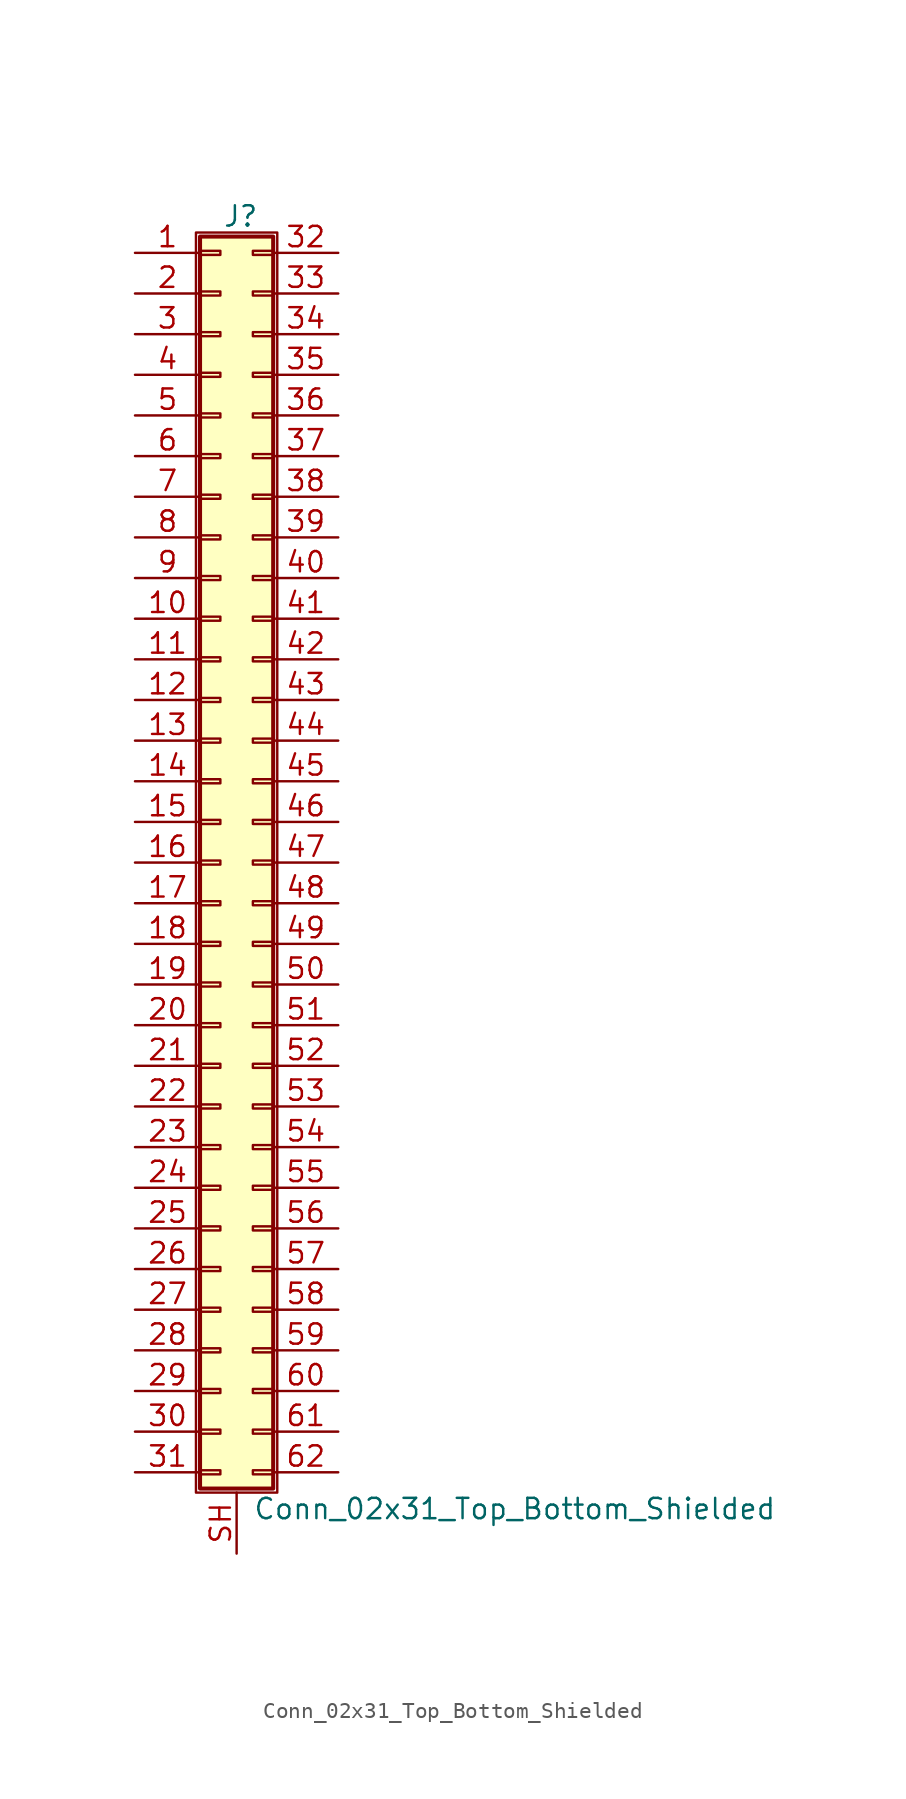
<source format=kicad_sym>
(kicad_symbol_lib
  (version 20211014)
  (generator kicad_symbol_editor)
  (symbol "Conn_02x31_Top_Bottom_Shielded"
    (pin_names
      (offset 1.016) hide)
    (property "Reference" "J"
      (at 1.524 40.386 0)
      (effects (font (size 1.27 1.27))))
    (property "Value" "Conn_02x31_Top_Bottom_Shielded"
      (at 2.286 -40.386 0)
      (effects (font (size 1.27 1.27)) (justify left)))
    (symbol "Conn_02x31_Top_Bottom_Shielded_1_1"
      (rectangle (start -1.27 39.37) (end 3.81 -39.37) (stroke (width 0.152) (type default) (color 0 0 0 0)) (fill (type none)))
      (rectangle (start -1.016 -37.973) (end 0.254 -38.227) (stroke (width 0.152) (type default) (color 0 0 0 0)) (fill (type none)))
      (rectangle (start -1.016 -35.433) (end 0.254 -35.687) (stroke (width 0.152) (type default) (color 0 0 0 0)) (fill (type none)))
      (rectangle (start -1.016 -32.893) (end 0.254 -33.147) (stroke (width 0.152) (type default) (color 0 0 0 0)) (fill (type none)))
      (rectangle (start -1.016 -30.353) (end 0.254 -30.607) (stroke (width 0.152) (type default) (color 0 0 0 0)) (fill (type none)))
      (rectangle (start -1.016 -27.813) (end 0.254 -28.067) (stroke (width 0.152) (type default) (color 0 0 0 0)) (fill (type none)))
      (rectangle (start -1.016 -25.273) (end 0.254 -25.527) (stroke (width 0.152) (type default) (color 0 0 0 0)) (fill (type none)))
      (rectangle (start -1.016 -22.733) (end 0.254 -22.987) (stroke (width 0.152) (type default) (color 0 0 0 0)) (fill (type none)))
      (rectangle (start -1.016 -20.193) (end 0.254 -20.447) (stroke (width 0.152) (type default) (color 0 0 0 0)) (fill (type none)))
      (rectangle (start -1.016 -17.653) (end 0.254 -17.907) (stroke (width 0.152) (type default) (color 0 0 0 0)) (fill (type none)))
      (rectangle (start -1.016 -15.113) (end 0.254 -15.367) (stroke (width 0.152) (type default) (color 0 0 0 0)) (fill (type none)))
      (rectangle (start -1.016 -12.573) (end 0.254 -12.827) (stroke (width 0.152) (type default) (color 0 0 0 0)) (fill (type none)))
      (rectangle (start -1.016 -10.033) (end 0.254 -10.287) (stroke (width 0.152) (type default) (color 0 0 0 0)) (fill (type none)))
      (rectangle (start -1.016 -7.493) (end 0.254 -7.747) (stroke (width 0.152) (type default) (color 0 0 0 0)) (fill (type none)))
      (rectangle (start -1.016 -4.953) (end 0.254 -5.207) (stroke (width 0.152) (type default) (color 0 0 0 0)) (fill (type none)))
      (rectangle (start -1.016 -2.413) (end 0.254 -2.667) (stroke (width 0.152) (type default) (color 0 0 0 0)) (fill (type none)))
      (rectangle (start -1.016 0.127) (end 0.254 -0.127) (stroke (width 0.152) (type default) (color 0 0 0 0)) (fill (type none)))
      (rectangle (start -1.016 2.667) (end 0.254 2.413) (stroke (width 0.152) (type default) (color 0 0 0 0)) (fill (type none)))
      (rectangle (start -1.016 5.207) (end 0.254 4.953) (stroke (width 0.152) (type default) (color 0 0 0 0)) (fill (type none)))
      (rectangle (start -1.016 7.747) (end 0.254 7.493) (stroke (width 0.152) (type default) (color 0 0 0 0)) (fill (type none)))
      (rectangle (start -1.016 10.287) (end 0.254 10.033) (stroke (width 0.152) (type default) (color 0 0 0 0)) (fill (type none)))
      (rectangle (start -1.016 12.827) (end 0.254 12.573) (stroke (width 0.152) (type default) (color 0 0 0 0)) (fill (type none)))
      (rectangle (start -1.016 15.367) (end 0.254 15.113) (stroke (width 0.152) (type default) (color 0 0 0 0)) (fill (type none)))
      (rectangle (start -1.016 17.907) (end 0.254 17.653) (stroke (width 0.152) (type default) (color 0 0 0 0)) (fill (type none)))
      (rectangle (start -1.016 20.447) (end 0.254 20.193) (stroke (width 0.152) (type default) (color 0 0 0 0)) (fill (type none)))
      (rectangle (start -1.016 22.987) (end 0.254 22.733) (stroke (width 0.152) (type default) (color 0 0 0 0)) (fill (type none)))
      (rectangle (start -1.016 25.527) (end 0.254 25.273) (stroke (width 0.152) (type default) (color 0 0 0 0)) (fill (type none)))
      (rectangle (start -1.016 28.067) (end 0.254 27.813) (stroke (width 0.152) (type default) (color 0 0 0 0)) (fill (type none)))
      (rectangle (start -1.016 30.607) (end 0.254 30.353) (stroke (width 0.152) (type default) (color 0 0 0 0)) (fill (type none)))
      (rectangle (start -1.016 33.147) (end 0.254 32.893) (stroke (width 0.152) (type default) (color 0 0 0 0)) (fill (type none)))
      (rectangle (start -1.016 35.687) (end 0.254 35.433) (stroke (width 0.152) (type default) (color 0 0 0 0)) (fill (type none)))
      (rectangle (start -1.016 38.227) (end 0.254 37.973) (stroke (width 0.152) (type default) (color 0 0 0 0)) (fill (type none)))
      (rectangle (start -1.016 39.116) (end 3.556 -39.116) (stroke (width 0.254) (type default) (color 0 0 0 0)) (fill (type background)))
      (rectangle (start 3.556 -37.973) (end 2.286 -38.227) (stroke (width 0.152) (type default) (color 0 0 0 0)) (fill (type none)))
      (rectangle (start 3.556 -35.433) (end 2.286 -35.687) (stroke (width 0.152) (type default) (color 0 0 0 0)) (fill (type none)))
      (rectangle (start 3.556 -32.893) (end 2.286 -33.147) (stroke (width 0.152) (type default) (color 0 0 0 0)) (fill (type none)))
      (rectangle (start 3.556 -30.353) (end 2.286 -30.607) (stroke (width 0.152) (type default) (color 0 0 0 0)) (fill (type none)))
      (rectangle (start 3.556 -27.813) (end 2.286 -28.067) (stroke (width 0.152) (type default) (color 0 0 0 0)) (fill (type none)))
      (rectangle (start 3.556 -25.273) (end 2.286 -25.527) (stroke (width 0.152) (type default) (color 0 0 0 0)) (fill (type none)))
      (rectangle (start 3.556 -22.733) (end 2.286 -22.987) (stroke (width 0.152) (type default) (color 0 0 0 0)) (fill (type none)))
      (rectangle (start 3.556 -20.193) (end 2.286 -20.447) (stroke (width 0.152) (type default) (color 0 0 0 0)) (fill (type none)))
      (rectangle (start 3.556 -17.653) (end 2.286 -17.907) (stroke (width 0.152) (type default) (color 0 0 0 0)) (fill (type none)))
      (rectangle (start 3.556 -15.113) (end 2.286 -15.367) (stroke (width 0.152) (type default) (color 0 0 0 0)) (fill (type none)))
      (rectangle (start 3.556 -12.573) (end 2.286 -12.827) (stroke (width 0.152) (type default) (color 0 0 0 0)) (fill (type none)))
      (rectangle (start 3.556 -10.033) (end 2.286 -10.287) (stroke (width 0.152) (type default) (color 0 0 0 0)) (fill (type none)))
      (rectangle (start 3.556 -7.493) (end 2.286 -7.747) (stroke (width 0.152) (type default) (color 0 0 0 0)) (fill (type none)))
      (rectangle (start 3.556 -4.953) (end 2.286 -5.207) (stroke (width 0.152) (type default) (color 0 0 0 0)) (fill (type none)))
      (rectangle (start 3.556 -2.413) (end 2.286 -2.667) (stroke (width 0.152) (type default) (color 0 0 0 0)) (fill (type none)))
      (rectangle (start 3.556 0.127) (end 2.286 -0.127) (stroke (width 0.152) (type default) (color 0 0 0 0)) (fill (type none)))
      (rectangle (start 3.556 2.667) (end 2.286 2.413) (stroke (width 0.152) (type default) (color 0 0 0 0)) (fill (type none)))
      (rectangle (start 3.556 5.207) (end 2.286 4.953) (stroke (width 0.152) (type default) (color 0 0 0 0)) (fill (type none)))
      (rectangle (start 3.556 7.747) (end 2.286 7.493) (stroke (width 0.152) (type default) (color 0 0 0 0)) (fill (type none)))
      (rectangle (start 3.556 10.287) (end 2.286 10.033) (stroke (width 0.152) (type default) (color 0 0 0 0)) (fill (type none)))
      (rectangle (start 3.556 12.827) (end 2.286 12.573) (stroke (width 0.152) (type default) (color 0 0 0 0)) (fill (type none)))
      (rectangle (start 3.556 15.367) (end 2.286 15.113) (stroke (width 0.152) (type default) (color 0 0 0 0)) (fill (type none)))
      (rectangle (start 3.556 17.907) (end 2.286 17.653) (stroke (width 0.152) (type default) (color 0 0 0 0)) (fill (type none)))
      (rectangle (start 3.556 20.447) (end 2.286 20.193) (stroke (width 0.152) (type default) (color 0 0 0 0)) (fill (type none)))
      (rectangle (start 3.556 22.987) (end 2.286 22.733) (stroke (width 0.152) (type default) (color 0 0 0 0)) (fill (type none)))
      (rectangle (start 3.556 25.527) (end 2.286 25.273) (stroke (width 0.152) (type default) (color 0 0 0 0)) (fill (type none)))
      (rectangle (start 3.556 28.067) (end 2.286 27.813) (stroke (width 0.152) (type default) (color 0 0 0 0)) (fill (type none)))
      (rectangle (start 3.556 30.607) (end 2.286 30.353) (stroke (width 0.152) (type default) (color 0 0 0 0)) (fill (type none)))
      (rectangle (start 3.556 33.147) (end 2.286 32.893) (stroke (width 0.152) (type default) (color 0 0 0 0)) (fill (type none)))
      (rectangle (start 3.556 35.687) (end 2.286 35.433) (stroke (width 0.152) (type default) (color 0 0 0 0)) (fill (type none)))
      (rectangle (start 3.556 38.227) (end 2.286 37.973) (stroke (width 0.152) (type default) (color 0 0 0 0)) (fill (type none)))
      (pin passive line (at -5.08 38.1 0) (length 4.064) (name "Pin_1" (effects (font (size 1.27 1.27)))) (number "1" (effects (font (size 1.27 1.27)))))
      (pin passive line (at -5.08 15.24 0) (length 4.064) (name "Pin_10" (effects (font (size 1.27 1.27)))) (number "10" (effects (font (size 1.27 1.27)))))
      (pin passive line (at -5.08 12.7 0) (length 4.064) (name "Pin_11" (effects (font (size 1.27 1.27)))) (number "11" (effects (font (size 1.27 1.27)))))
      (pin passive line (at -5.08 10.16 0) (length 4.064) (name "Pin_12" (effects (font (size 1.27 1.27)))) (number "12" (effects (font (size 1.27 1.27)))))
      (pin passive line (at -5.08 7.62 0) (length 4.064) (name "Pin_13" (effects (font (size 1.27 1.27)))) (number "13" (effects (font (size 1.27 1.27)))))
      (pin passive line (at -5.08 5.08 0) (length 4.064) (name "Pin_14" (effects (font (size 1.27 1.27)))) (number "14" (effects (font (size 1.27 1.27)))))
      (pin passive line (at -5.08 2.54 0) (length 4.064) (name "Pin_15" (effects (font (size 1.27 1.27)))) (number "15" (effects (font (size 1.27 1.27)))))
      (pin passive line (at -5.08 0 0) (length 4.064) (name "Pin_16" (effects (font (size 1.27 1.27)))) (number "16" (effects (font (size 1.27 1.27)))))
      (pin passive line (at -5.08 -2.54 0) (length 4.064) (name "Pin_17" (effects (font (size 1.27 1.27)))) (number "17" (effects (font (size 1.27 1.27)))))
      (pin passive line (at -5.08 -5.08 0) (length 4.064) (name "Pin_18" (effects (font (size 1.27 1.27)))) (number "18" (effects (font (size 1.27 1.27)))))
      (pin passive line (at -5.08 -7.62 0) (length 4.064) (name "Pin_19" (effects (font (size 1.27 1.27)))) (number "19" (effects (font (size 1.27 1.27)))))
      (pin passive line (at -5.08 35.56 0) (length 4.064) (name "Pin_2" (effects (font (size 1.27 1.27)))) (number "2" (effects (font (size 1.27 1.27)))))
      (pin passive line (at -5.08 -10.16 0) (length 4.064) (name "Pin_20" (effects (font (size 1.27 1.27)))) (number "20" (effects (font (size 1.27 1.27)))))
      (pin passive line (at -5.08 -12.7 0) (length 4.064) (name "Pin_21" (effects (font (size 1.27 1.27)))) (number "21" (effects (font (size 1.27 1.27)))))
      (pin passive line (at -5.08 -15.24 0) (length 4.064) (name "Pin_22" (effects (font (size 1.27 1.27)))) (number "22" (effects (font (size 1.27 1.27)))))
      (pin passive line (at -5.08 -17.78 0) (length 4.064) (name "Pin_23" (effects (font (size 1.27 1.27)))) (number "23" (effects (font (size 1.27 1.27)))))
      (pin passive line (at -5.08 -20.32 0) (length 4.064) (name "Pin_24" (effects (font (size 1.27 1.27)))) (number "24" (effects (font (size 1.27 1.27)))))
      (pin passive line (at -5.08 -22.86 0) (length 4.064) (name "Pin_25" (effects (font (size 1.27 1.27)))) (number "25" (effects (font (size 1.27 1.27)))))
      (pin passive line (at -5.08 -25.4 0) (length 4.064) (name "Pin_26" (effects (font (size 1.27 1.27)))) (number "26" (effects (font (size 1.27 1.27)))))
      (pin passive line (at -5.08 -27.94 0) (length 4.064) (name "Pin_27" (effects (font (size 1.27 1.27)))) (number "27" (effects (font (size 1.27 1.27)))))
      (pin passive line (at -5.08 -30.48 0) (length 4.064) (name "Pin_28" (effects (font (size 1.27 1.27)))) (number "28" (effects (font (size 1.27 1.27)))))
      (pin passive line (at -5.08 -33.02 0) (length 4.064) (name "Pin_29" (effects (font (size 1.27 1.27)))) (number "29" (effects (font (size 1.27 1.27)))))
      (pin passive line (at -5.08 33.02 0) (length 4.064) (name "Pin_3" (effects (font (size 1.27 1.27)))) (number "3" (effects (font (size 1.27 1.27)))))
      (pin passive line (at -5.08 -35.56 0) (length 4.064) (name "Pin_30" (effects (font (size 1.27 1.27)))) (number "30" (effects (font (size 1.27 1.27)))))
      (pin passive line (at -5.08 -38.1 0) (length 4.064) (name "Pin_31" (effects (font (size 1.27 1.27)))) (number "31" (effects (font (size 1.27 1.27)))))
      (pin passive line (at 7.62 38.1 180) (length 4.064) (name "Pin_32" (effects (font (size 1.27 1.27)))) (number "32" (effects (font (size 1.27 1.27)))))
      (pin passive line (at 7.62 35.56 180) (length 4.064) (name "Pin_33" (effects (font (size 1.27 1.27)))) (number "33" (effects (font (size 1.27 1.27)))))
      (pin passive line (at 7.62 33.02 180) (length 4.064) (name "Pin_34" (effects (font (size 1.27 1.27)))) (number "34" (effects (font (size 1.27 1.27)))))
      (pin passive line (at 7.62 30.48 180) (length 4.064) (name "Pin_35" (effects (font (size 1.27 1.27)))) (number "35" (effects (font (size 1.27 1.27)))))
      (pin passive line (at 7.62 27.94 180) (length 4.064) (name "Pin_36" (effects (font (size 1.27 1.27)))) (number "36" (effects (font (size 1.27 1.27)))))
      (pin passive line (at 7.62 25.4 180) (length 4.064) (name "Pin_37" (effects (font (size 1.27 1.27)))) (number "37" (effects (font (size 1.27 1.27)))))
      (pin passive line (at 7.62 22.86 180) (length 4.064) (name "Pin_38" (effects (font (size 1.27 1.27)))) (number "38" (effects (font (size 1.27 1.27)))))
      (pin passive line (at 7.62 20.32 180) (length 4.064) (name "Pin_39" (effects (font (size 1.27 1.27)))) (number "39" (effects (font (size 1.27 1.27)))))
      (pin passive line (at -5.08 30.48 0) (length 4.064) (name "Pin_4" (effects (font (size 1.27 1.27)))) (number "4" (effects (font (size 1.27 1.27)))))
      (pin passive line (at 7.62 17.78 180) (length 4.064) (name "Pin_40" (effects (font (size 1.27 1.27)))) (number "40" (effects (font (size 1.27 1.27)))))
      (pin passive line (at 7.62 15.24 180) (length 4.064) (name "Pin_41" (effects (font (size 1.27 1.27)))) (number "41" (effects (font (size 1.27 1.27)))))
      (pin passive line (at 7.62 12.7 180) (length 4.064) (name "Pin_42" (effects (font (size 1.27 1.27)))) (number "42" (effects (font (size 1.27 1.27)))))
      (pin passive line (at 7.62 10.16 180) (length 4.064) (name "Pin_43" (effects (font (size 1.27 1.27)))) (number "43" (effects (font (size 1.27 1.27)))))
      (pin passive line (at 7.62 7.62 180) (length 4.064) (name "Pin_44" (effects (font (size 1.27 1.27)))) (number "44" (effects (font (size 1.27 1.27)))))
      (pin passive line (at 7.62 5.08 180) (length 4.064) (name "Pin_45" (effects (font (size 1.27 1.27)))) (number "45" (effects (font (size 1.27 1.27)))))
      (pin passive line (at 7.62 2.54 180) (length 4.064) (name "Pin_46" (effects (font (size 1.27 1.27)))) (number "46" (effects (font (size 1.27 1.27)))))
      (pin passive line (at 7.62 0 180) (length 4.064) (name "Pin_47" (effects (font (size 1.27 1.27)))) (number "47" (effects (font (size 1.27 1.27)))))
      (pin passive line (at 7.62 -2.54 180) (length 4.064) (name "Pin_48" (effects (font (size 1.27 1.27)))) (number "48" (effects (font (size 1.27 1.27)))))
      (pin passive line (at 7.62 -5.08 180) (length 4.064) (name "Pin_49" (effects (font (size 1.27 1.27)))) (number "49" (effects (font (size 1.27 1.27)))))
      (pin passive line (at -5.08 27.94 0) (length 4.064) (name "Pin_5" (effects (font (size 1.27 1.27)))) (number "5" (effects (font (size 1.27 1.27)))))
      (pin passive line (at 7.62 -7.62 180) (length 4.064) (name "Pin_50" (effects (font (size 1.27 1.27)))) (number "50" (effects (font (size 1.27 1.27)))))
      (pin passive line (at 7.62 -10.16 180) (length 4.064) (name "Pin_51" (effects (font (size 1.27 1.27)))) (number "51" (effects (font (size 1.27 1.27)))))
      (pin passive line (at 7.62 -12.7 180) (length 4.064) (name "Pin_52" (effects (font (size 1.27 1.27)))) (number "52" (effects (font (size 1.27 1.27)))))
      (pin passive line (at 7.62 -15.24 180) (length 4.064) (name "Pin_53" (effects (font (size 1.27 1.27)))) (number "53" (effects (font (size 1.27 1.27)))))
      (pin passive line (at 7.62 -17.78 180) (length 4.064) (name "Pin_54" (effects (font (size 1.27 1.27)))) (number "54" (effects (font (size 1.27 1.27)))))
      (pin passive line (at 7.62 -20.32 180) (length 4.064) (name "Pin_55" (effects (font (size 1.27 1.27)))) (number "55" (effects (font (size 1.27 1.27)))))
      (pin passive line (at 7.62 -22.86 180) (length 4.064) (name "Pin_56" (effects (font (size 1.27 1.27)))) (number "56" (effects (font (size 1.27 1.27)))))
      (pin passive line (at 7.62 -25.4 180) (length 4.064) (name "Pin_57" (effects (font (size 1.27 1.27)))) (number "57" (effects (font (size 1.27 1.27)))))
      (pin passive line (at 7.62 -27.94 180) (length 4.064) (name "Pin_58" (effects (font (size 1.27 1.27)))) (number "58" (effects (font (size 1.27 1.27)))))
      (pin passive line (at 7.62 -30.48 180) (length 4.064) (name "Pin_59" (effects (font (size 1.27 1.27)))) (number "59" (effects (font (size 1.27 1.27)))))
      (pin passive line (at -5.08 25.4 0) (length 4.064) (name "Pin_6" (effects (font (size 1.27 1.27)))) (number "6" (effects (font (size 1.27 1.27)))))
      (pin passive line (at 7.62 -33.02 180) (length 4.064) (name "Pin_60" (effects (font (size 1.27 1.27)))) (number "60" (effects (font (size 1.27 1.27)))))
      (pin passive line (at 7.62 -35.56 180) (length 4.064) (name "Pin_61" (effects (font (size 1.27 1.27)))) (number "61" (effects (font (size 1.27 1.27)))))
      (pin passive line (at 7.62 -38.1 180) (length 4.064) (name "Pin_62" (effects (font (size 1.27 1.27)))) (number "62" (effects (font (size 1.27 1.27)))))
      (pin passive line (at -5.08 22.86 0) (length 4.064) (name "Pin_7" (effects (font (size 1.27 1.27)))) (number "7" (effects (font (size 1.27 1.27)))))
      (pin passive line (at -5.08 20.32 0) (length 4.064) (name "Pin_8" (effects (font (size 1.27 1.27)))) (number "8" (effects (font (size 1.27 1.27)))))
      (pin passive line (at -5.08 17.78 0) (length 4.064) (name "Pin_9" (effects (font (size 1.27 1.27)))) (number "9" (effects (font (size 1.27 1.27)))))
      (pin passive line (at 1.27 -43.18 90) (length 3.81) (name "Shield" (effects (font (size 1.27 1.27)))) (number "SH" (effects (font (size 1.27 1.27))))))))
</source>
